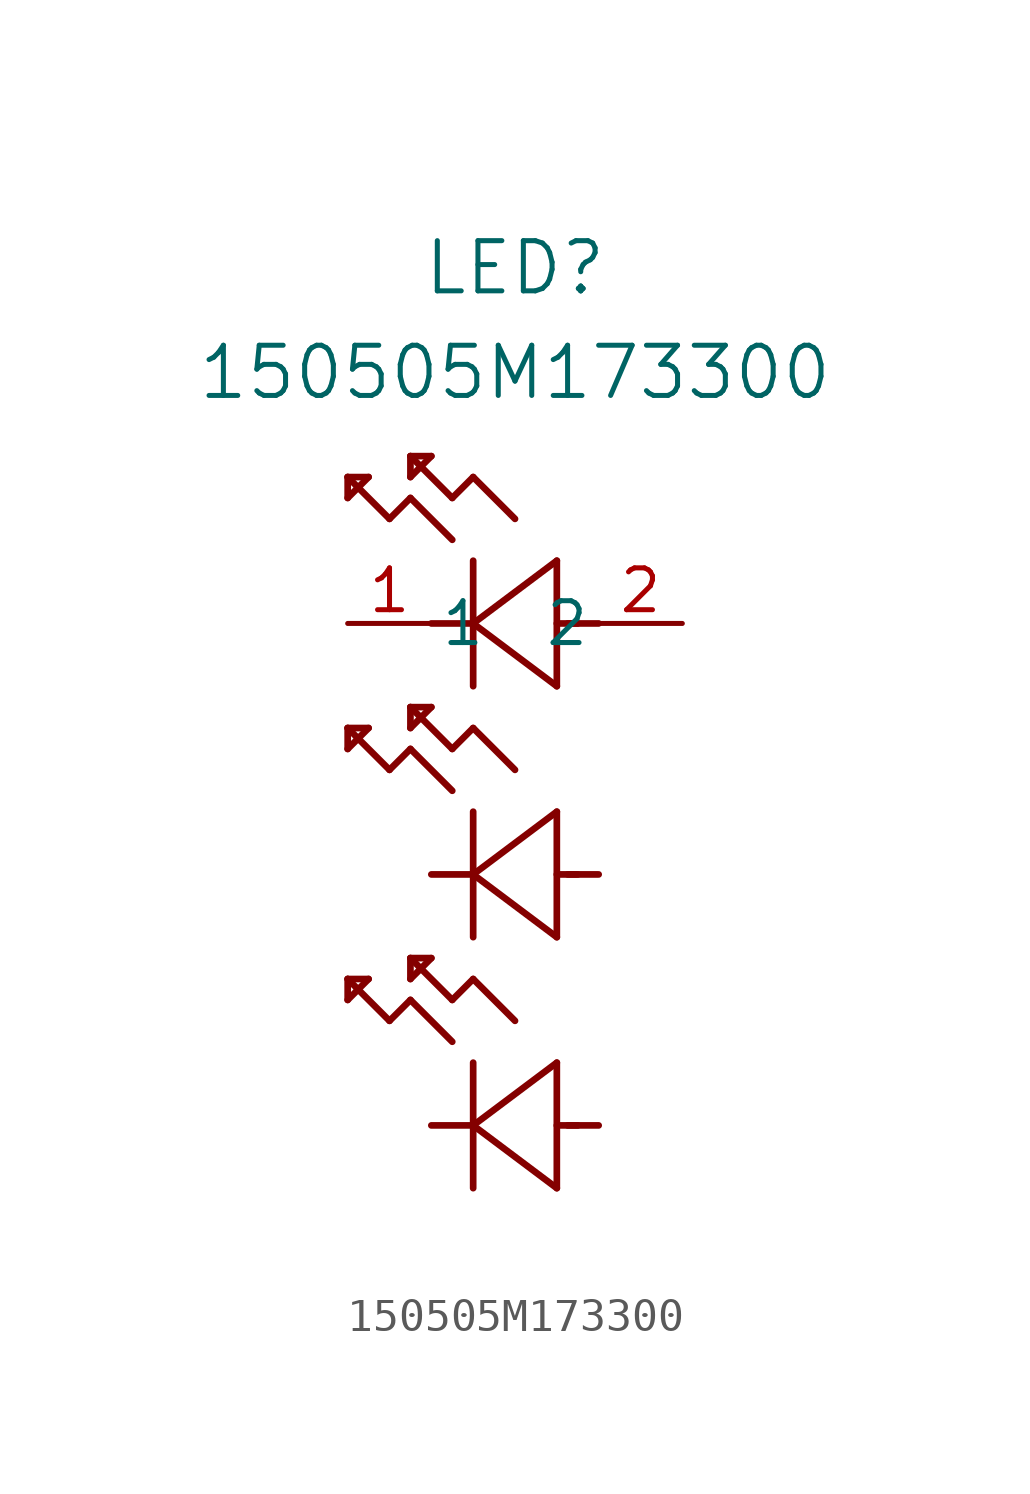
<source format=kicad_sym>
(kicad_symbol_lib
  (version 20211014)
  (generator kicad_symbol_editor)
  (symbol "150505M173300"
    (pin_names
      (offset 0.254))
    (property "Reference" "LED"
      (at 5.08 10.795 0)
      (effects (font (size 1.524 1.524))))
    (property "Value" "150505M173300"
      (at 5.08 7.62 0)
      (effects (font (size 1.524 1.524))))
    (symbol "150505M173300_0_1"
      (polyline (pts (xy 7.62 0) (xy 6.68 0)) (stroke (width 0.203) (type default) (color 0 0 0 0)) (fill (type none)))
      (polyline (pts (xy 6.35 1.905) (xy 6.35 -1.905)) (stroke (width 0.203) (type default) (color 0 0 0 0)) (fill (type none)))
      (polyline (pts (xy 6.985 0) (xy 6.35 0)) (stroke (width 0.203) (type default) (color 0 0 0 0)) (fill (type none)))
      (polyline (pts (xy 3.81 -1.905) (xy 3.81 1.905)) (stroke (width 0.203) (type default) (color 0 0 0 0)) (fill (type none)))
      (polyline (pts (xy 3.81 0) (xy 2.54 0)) (stroke (width 0.203) (type default) (color 0 0 0 0)) (fill (type none)))
      (polyline (pts (xy 3.81 4.445) (xy 3.175 3.81)) (stroke (width 0.203) (type default) (color 0 0 0 0)) (fill (type none)))
      (polyline (pts (xy 3.175 3.81) (xy 1.905 5.08)) (stroke (width 0.203) (type default) (color 0 0 0 0)) (fill (type none)))
      (polyline (pts (xy 1.905 3.81) (xy 1.27 3.175)) (stroke (width 0.203) (type default) (color 0 0 0 0)) (fill (type none)))
      (polyline (pts (xy 1.27 3.175) (xy 0 4.445)) (stroke (width 0.203) (type default) (color 0 0 0 0)) (fill (type none)))
      (polyline (pts (xy 1.905 5.08) (xy 2.54 5.08)) (stroke (width 0.203) (type default) (color 0 0 0 0)) (fill (type none)))
      (polyline (pts (xy 2.54 5.08) (xy 1.905 4.445)) (stroke (width 0.203) (type default) (color 0 0 0 0)) (fill (type none)))
      (polyline (pts (xy 1.905 4.445) (xy 1.905 5.08)) (stroke (width 0.203) (type default) (color 0 0 0 0)) (fill (type none)))
      (polyline (pts (xy 0 4.445) (xy 0.635 4.445)) (stroke (width 0.203) (type default) (color 0 0 0 0)) (fill (type none)))
      (polyline (pts (xy 0.635 4.445) (xy 0 3.81)) (stroke (width 0.203) (type default) (color 0 0 0 0)) (fill (type none)))
      (polyline (pts (xy 0 3.81) (xy 0 4.445)) (stroke (width 0.203) (type default) (color 0 0 0 0)) (fill (type none)))
      (polyline (pts (xy 3.175 2.54) (xy 1.905 3.81)) (stroke (width 0.203) (type default) (color 0 0 0 0)) (fill (type none)))
      (polyline (pts (xy 3.81 0) (xy 6.35 1.905)) (stroke (width 0.203) (type default) (color 0 0 0 0)) (fill (type none)))
      (polyline (pts (xy 6.35 -1.905) (xy 3.81 0)) (stroke (width 0.203) (type default) (color 0 0 0 0)) (fill (type none)))
      (polyline (pts (xy 5.08 3.175) (xy 3.81 4.445)) (stroke (width 0.203) (type default) (color 0 0 0 0)) (fill (type none)))
      (polyline (pts (xy 7.62 -7.62) (xy 6.68 -7.62)) (stroke (width 0.203) (type default) (color 0 0 0 0)) (fill (type none)))
      (polyline (pts (xy 6.35 -5.715) (xy 6.35 -9.525)) (stroke (width 0.203) (type default) (color 0 0 0 0)) (fill (type none)))
      (polyline (pts (xy 6.985 -7.62) (xy 6.35 -7.62)) (stroke (width 0.203) (type default) (color 0 0 0 0)) (fill (type none)))
      (polyline (pts (xy 3.81 -9.525) (xy 3.81 -5.715)) (stroke (width 0.203) (type default) (color 0 0 0 0)) (fill (type none)))
      (polyline (pts (xy 3.81 -7.62) (xy 2.54 -7.62)) (stroke (width 0.203) (type default) (color 0 0 0 0)) (fill (type none)))
      (polyline (pts (xy 3.81 -3.175) (xy 3.175 -3.81)) (stroke (width 0.203) (type default) (color 0 0 0 0)) (fill (type none)))
      (polyline (pts (xy 3.175 -3.81) (xy 1.905 -2.54)) (stroke (width 0.203) (type default) (color 0 0 0 0)) (fill (type none)))
      (polyline (pts (xy 1.905 -3.81) (xy 1.27 -4.445)) (stroke (width 0.203) (type default) (color 0 0 0 0)) (fill (type none)))
      (polyline (pts (xy 1.27 -4.445) (xy 0 -3.175)) (stroke (width 0.203) (type default) (color 0 0 0 0)) (fill (type none)))
      (polyline (pts (xy 1.905 -2.54) (xy 2.54 -2.54)) (stroke (width 0.203) (type default) (color 0 0 0 0)) (fill (type none)))
      (polyline (pts (xy 2.54 -2.54) (xy 1.905 -3.175)) (stroke (width 0.203) (type default) (color 0 0 0 0)) (fill (type none)))
      (polyline (pts (xy 1.905 -3.175) (xy 1.905 -2.54)) (stroke (width 0.203) (type default) (color 0 0 0 0)) (fill (type none)))
      (polyline (pts (xy 0 -3.175) (xy 0.635 -3.175)) (stroke (width 0.203) (type default) (color 0 0 0 0)) (fill (type none)))
      (polyline (pts (xy 0.635 -3.175) (xy 0 -3.81)) (stroke (width 0.203) (type default) (color 0 0 0 0)) (fill (type none)))
      (polyline (pts (xy 0 -3.81) (xy 0 -3.175)) (stroke (width 0.203) (type default) (color 0 0 0 0)) (fill (type none)))
      (polyline (pts (xy 3.175 -5.08) (xy 1.905 -3.81)) (stroke (width 0.203) (type default) (color 0 0 0 0)) (fill (type none)))
      (polyline (pts (xy 3.81 -7.62) (xy 6.35 -5.715)) (stroke (width 0.203) (type default) (color 0 0 0 0)) (fill (type none)))
      (polyline (pts (xy 6.35 -9.525) (xy 3.81 -7.62)) (stroke (width 0.203) (type default) (color 0 0 0 0)) (fill (type none)))
      (polyline (pts (xy 5.08 -4.445) (xy 3.81 -3.175)) (stroke (width 0.203) (type default) (color 0 0 0 0)) (fill (type none)))
      (polyline (pts (xy 7.62 -15.24) (xy 6.68 -15.24)) (stroke (width 0.203) (type default) (color 0 0 0 0)) (fill (type none)))
      (polyline (pts (xy 6.35 -13.335) (xy 6.35 -17.145)) (stroke (width 0.203) (type default) (color 0 0 0 0)) (fill (type none)))
      (polyline (pts (xy 6.985 -15.24) (xy 6.35 -15.24)) (stroke (width 0.203) (type default) (color 0 0 0 0)) (fill (type none)))
      (polyline (pts (xy 3.81 -17.145) (xy 3.81 -13.335)) (stroke (width 0.203) (type default) (color 0 0 0 0)) (fill (type none)))
      (polyline (pts (xy 3.81 -15.24) (xy 2.54 -15.24)) (stroke (width 0.203) (type default) (color 0 0 0 0)) (fill (type none)))
      (polyline (pts (xy 3.81 -10.795) (xy 3.175 -11.43)) (stroke (width 0.203) (type default) (color 0 0 0 0)) (fill (type none)))
      (polyline (pts (xy 3.175 -11.43) (xy 1.905 -10.16)) (stroke (width 0.203) (type default) (color 0 0 0 0)) (fill (type none)))
      (polyline (pts (xy 1.905 -11.43) (xy 1.27 -12.065)) (stroke (width 0.203) (type default) (color 0 0 0 0)) (fill (type none)))
      (polyline (pts (xy 1.27 -12.065) (xy 0 -10.795)) (stroke (width 0.203) (type default) (color 0 0 0 0)) (fill (type none)))
      (polyline (pts (xy 1.905 -10.16) (xy 2.54 -10.16)) (stroke (width 0.203) (type default) (color 0 0 0 0)) (fill (type none)))
      (polyline (pts (xy 2.54 -10.16) (xy 1.905 -10.795)) (stroke (width 0.203) (type default) (color 0 0 0 0)) (fill (type none)))
      (polyline (pts (xy 1.905 -10.795) (xy 1.905 -10.16)) (stroke (width 0.203) (type default) (color 0 0 0 0)) (fill (type none)))
      (polyline (pts (xy 0 -10.795) (xy 0.635 -10.795)) (stroke (width 0.203) (type default) (color 0 0 0 0)) (fill (type none)))
      (polyline (pts (xy 0.635 -10.795) (xy 0 -11.43)) (stroke (width 0.203) (type default) (color 0 0 0 0)) (fill (type none)))
      (polyline (pts (xy 0 -11.43) (xy 0 -10.795)) (stroke (width 0.203) (type default) (color 0 0 0 0)) (fill (type none)))
      (polyline (pts (xy 3.175 -12.7) (xy 1.905 -11.43)) (stroke (width 0.203) (type default) (color 0 0 0 0)) (fill (type none)))
      (polyline (pts (xy 3.81 -15.24) (xy 6.35 -13.335)) (stroke (width 0.203) (type default) (color 0 0 0 0)) (fill (type none)))
      (polyline (pts (xy 6.35 -17.145) (xy 3.81 -15.24)) (stroke (width 0.203) (type default) (color 0 0 0 0)) (fill (type none)))
      (polyline (pts (xy 5.08 -12.065) (xy 3.81 -10.795)) (stroke (width 0.203) (type default) (color 0 0 0 0)) (fill (type none)))
      (pin unspecified line (at 0 0 0) (length 2.54) (name "1" (effects (font (size 1.27 1.27)))) (number "1" (effects (font (size 1.27 1.27)))))
      (pin unspecified line (at 10.16 0 180) (length 2.54) (name "2" (effects (font (size 1.27 1.27)))) (number "2" (effects (font (size 1.27 1.27))))))))
</source>
